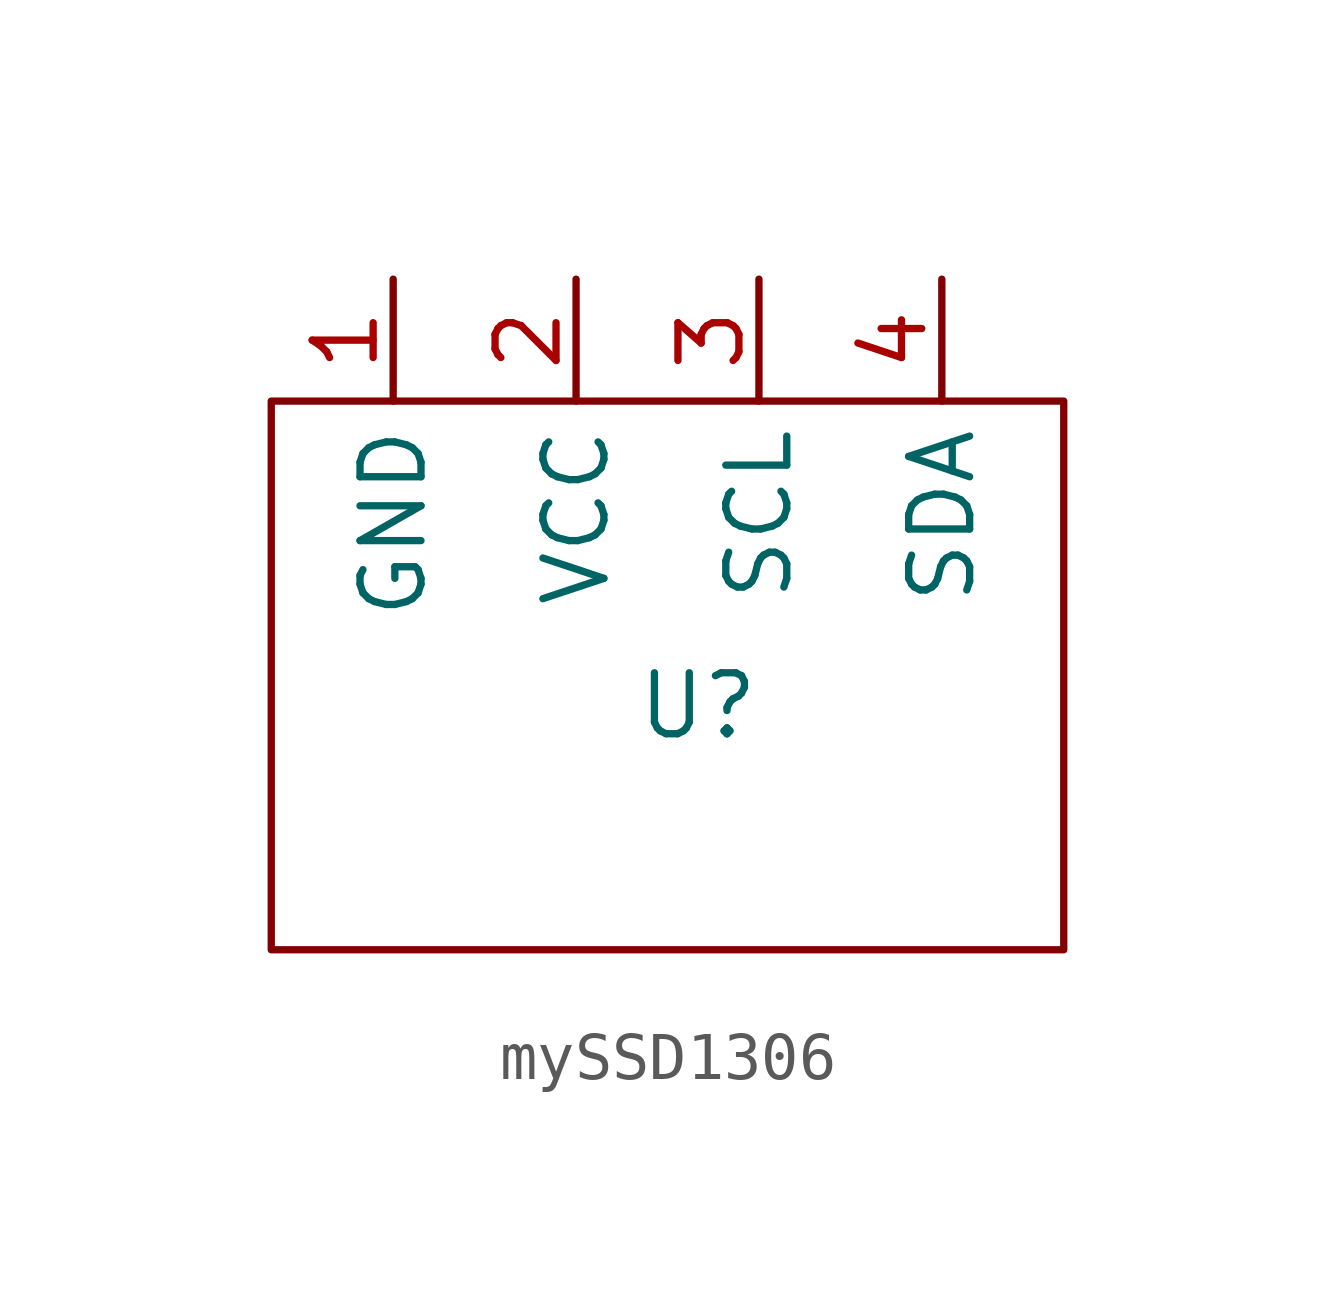
<source format=kicad_sym>
(kicad_symbol_lib
  (version 20220914)
  (generator kicad_symbol_editor)
  (symbol "mySSD1306"
    (property "Reference" "U"
      (at 1.27 -2.54 0)
      (effects (font (size 1.27 1.27))))
    (property "Value" ""
      (at 0 0 0)
      (effects (font (size 1.27 1.27))))
    (symbol "mySSD1306_0_1"
      (rectangle (start -7.62 3.81) (end 8.89 -7.62) (stroke (width 0) (type default)) (fill (type none))))
    (symbol "mySSD1306_1_1"
      (pin input line (at -5.08 6.35 270) (length 2.54) (name "GND" (effects (font (size 1.27 1.27)))) (number "1" (effects (font (size 1.27 1.27)))))
      (pin input line (at -1.27 6.35 270) (length 2.54) (name "VCC" (effects (font (size 1.27 1.27)))) (number "2" (effects (font (size 1.27 1.27)))))
      (pin input line (at 2.54 6.35 270) (length 2.54) (name "SCL" (effects (font (size 1.27 1.27)))) (number "3" (effects (font (size 1.27 1.27)))))
      (pin input line (at 6.35 6.35 270) (length 2.54) (name "SDA" (effects (font (size 1.27 1.27)))) (number "4" (effects (font (size 1.27 1.27))))))))
</source>
